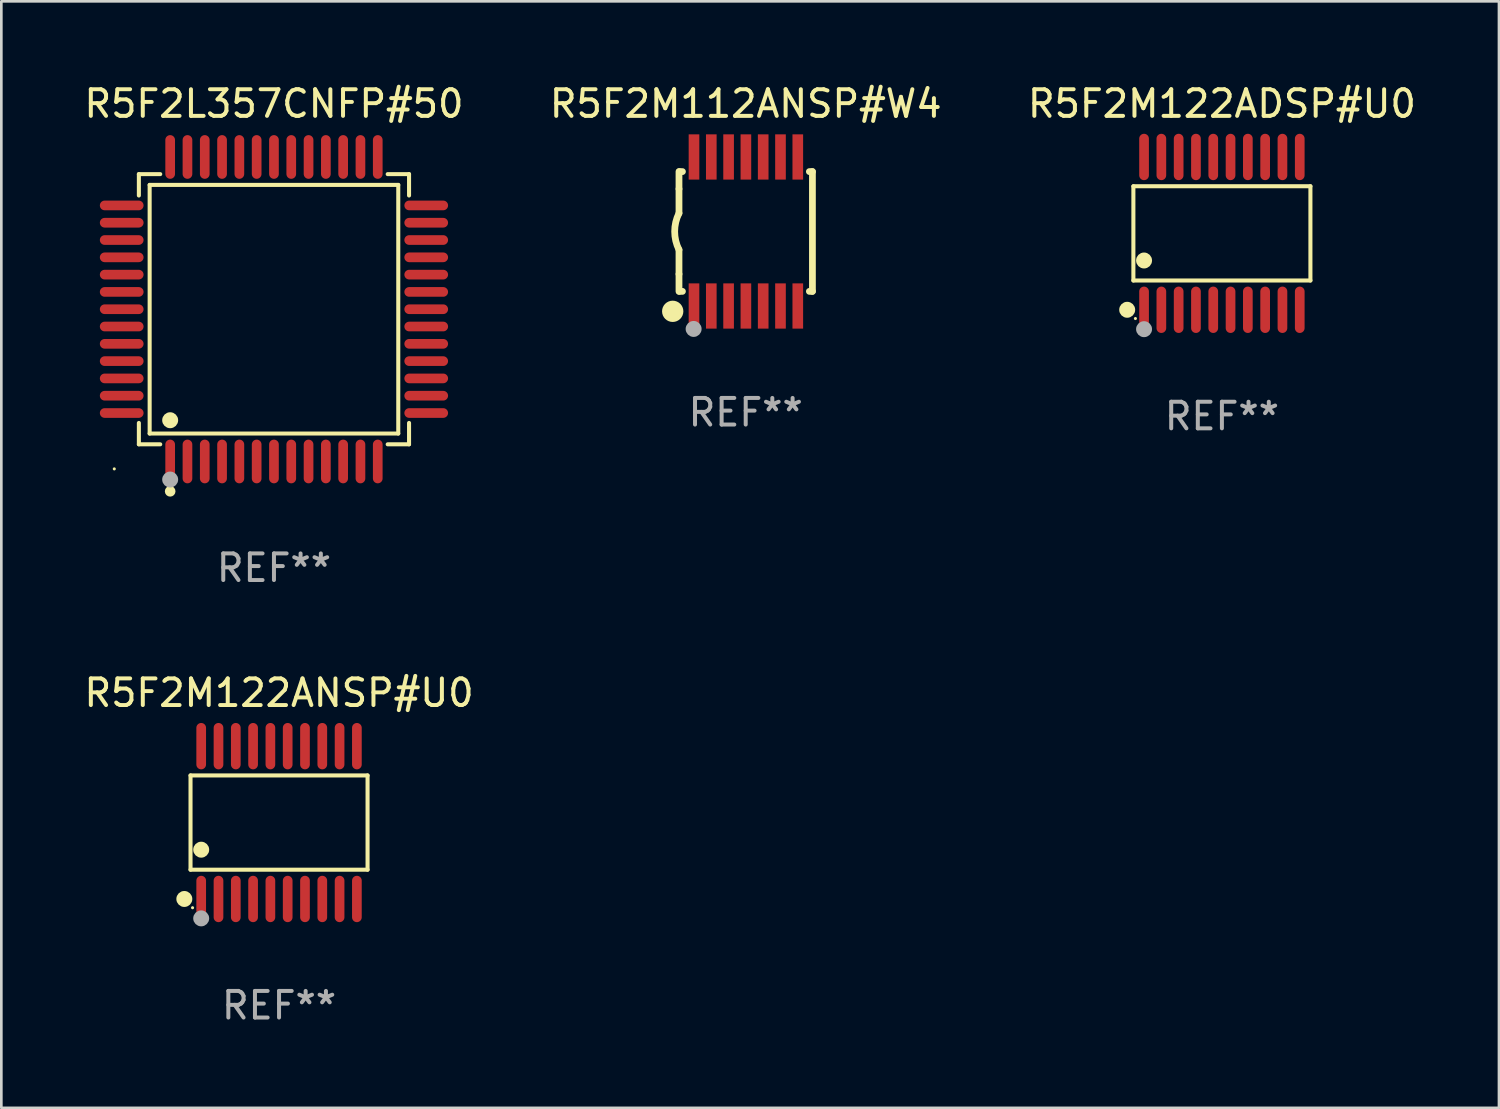
<source format=kicad_pcb>
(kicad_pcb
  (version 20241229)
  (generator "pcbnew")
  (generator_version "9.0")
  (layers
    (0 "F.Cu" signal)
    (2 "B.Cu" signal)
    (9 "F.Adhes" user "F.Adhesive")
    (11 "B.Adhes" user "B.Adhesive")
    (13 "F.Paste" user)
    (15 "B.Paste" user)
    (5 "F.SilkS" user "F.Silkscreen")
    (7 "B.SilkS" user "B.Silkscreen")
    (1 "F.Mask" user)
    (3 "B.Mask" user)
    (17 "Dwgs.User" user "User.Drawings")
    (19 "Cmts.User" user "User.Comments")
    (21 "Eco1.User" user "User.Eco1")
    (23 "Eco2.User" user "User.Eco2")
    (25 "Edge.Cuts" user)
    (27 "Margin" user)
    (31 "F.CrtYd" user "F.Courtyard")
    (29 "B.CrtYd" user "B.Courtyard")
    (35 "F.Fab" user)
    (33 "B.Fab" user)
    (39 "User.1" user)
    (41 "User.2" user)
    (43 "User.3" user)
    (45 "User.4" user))
  (footprint "R5F2M122ADSP#U0"
    (layer "F.Cu")
    (at 42.863 5.719)
    (property "Reference" "R5F2M122ADSP#U0" (at 0 -4.871 0) (layer "F.SilkS") (effects (font (size 1 1) (thickness 0.15))))
    (attr through_hole)
    (fp_line (start -3.326 -1.771) (end 3.326 -1.771) (stroke (width 0.152) (type solid)) (layer "F.SilkS"))
    (fp_line (start -3.326 1.771) (end -3.326 -1.771) (stroke (width 0.152) (type solid)) (layer "F.SilkS"))
    (fp_line (start 3.326 -1.771) (end 3.326 1.771) (stroke (width 0.152) (type solid)) (layer "F.SilkS"))
    (fp_line (start 3.326 1.771) (end -3.326 1.771) (stroke (width 0.152) (type solid)) (layer "F.SilkS"))
    (fp_circle (center -3.559 2.871) (end -3.409 2.871) (stroke (width 0.3) (type solid)) (fill no) (layer "F.SilkS"))
    (fp_circle (center -3.25 3.2) (end -3.22 3.2) (stroke (width 0.06) (type solid)) (fill no) (layer "F.SilkS"))
    (fp_circle (center -2.925 1.019) (end -2.775 1.019) (stroke (width 0.3) (type solid)) (fill no) (layer "F.SilkS"))
    (fp_circle (center -2.925 3.6) (end -2.775 3.6) (stroke (width 0.3) (type solid)) (fill no) (layer "F.Fab"))
    (fp_text user "REF**" (at 0 6.871 0) (layer "F.Fab") (effects (font (size 1 1) (thickness 0.15))))
    (pad "1" smd oval (at -2.925 2.871) (size 0.364 1.742) (layers "F.Cu" "F.Mask" "F.Paste"))
    (pad "2" smd oval (at -2.275 2.871) (size 0.364 1.742) (layers "F.Cu" "F.Mask" "F.Paste"))
    (pad "3" smd oval (at -1.625 2.871) (size 0.364 1.742) (layers "F.Cu" "F.Mask" "F.Paste"))
    (pad "4" smd oval (at -0.975 2.871) (size 0.364 1.742) (layers "F.Cu" "F.Mask" "F.Paste"))
    (pad "5" smd oval (at -0.325 2.871) (size 0.364 1.742) (layers "F.Cu" "F.Mask" "F.Paste"))
    (pad "6" smd oval (at 0.325 2.871) (size 0.364 1.742) (layers "F.Cu" "F.Mask" "F.Paste"))
    (pad "7" smd oval (at 0.975 2.871) (size 0.364 1.742) (layers "F.Cu" "F.Mask" "F.Paste"))
    (pad "8" smd oval (at 1.625 2.871) (size 0.364 1.742) (layers "F.Cu" "F.Mask" "F.Paste"))
    (pad "9" smd oval (at 2.275 2.871) (size 0.364 1.742) (layers "F.Cu" "F.Mask" "F.Paste"))
    (pad "10" smd oval (at 2.925 2.871) (size 0.364 1.742) (layers "F.Cu" "F.Mask" "F.Paste"))
    (pad "11" smd oval (at 2.925 -2.871) (size 0.364 1.742) (layers "F.Cu" "F.Mask" "F.Paste"))
    (pad "12" smd oval (at 2.275 -2.871) (size 0.364 1.742) (layers "F.Cu" "F.Mask" "F.Paste"))
    (pad "13" smd oval (at 1.625 -2.871) (size 0.364 1.742) (layers "F.Cu" "F.Mask" "F.Paste"))
    (pad "14" smd oval (at 0.975 -2.871) (size 0.364 1.742) (layers "F.Cu" "F.Mask" "F.Paste"))
    (pad "15" smd oval (at 0.325 -2.871) (size 0.364 1.742) (layers "F.Cu" "F.Mask" "F.Paste"))
    (pad "16" smd oval (at -0.325 -2.871) (size 0.364 1.742) (layers "F.Cu" "F.Mask" "F.Paste"))
    (pad "17" smd oval (at -0.975 -2.871) (size 0.364 1.742) (layers "F.Cu" "F.Mask" "F.Paste"))
    (pad "18" smd oval (at -1.625 -2.871) (size 0.364 1.742) (layers "F.Cu" "F.Mask" "F.Paste"))
    (pad "19" smd oval (at -2.275 -2.871) (size 0.364 1.742) (layers "F.Cu" "F.Mask" "F.Paste"))
    (pad "20" smd oval (at -2.925 -2.871) (size 0.364 1.742) (layers "F.Cu" "F.Mask" "F.Paste")))
  (footprint "R5F2L357CNFP#50"
    (layer "F.Cu")
    (at 7.244 8.569)
    (property "Reference" "R5F2L357CNFP#50" (at 0 -7.721 0) (layer "F.SilkS") (effects (font (size 1 1) (thickness 0.15))))
    (attr through_hole)
    (fp_line (start -5.076 -5.076) (end -4.273 -5.076) (stroke (width 0.152) (type solid)) (layer "F.SilkS"))
    (fp_line (start -5.076 -4.273) (end -5.076 -5.076) (stroke (width 0.152) (type solid)) (layer "F.SilkS"))
    (fp_line (start -5.076 4.273) (end -5.076 5.076) (stroke (width 0.152) (type solid)) (layer "F.SilkS"))
    (fp_line (start -5.076 5.076) (end -4.273 5.076) (stroke (width 0.152) (type solid)) (layer "F.SilkS"))
    (fp_line (start -4.671 -4.671) (end 4.671 -4.671) (stroke (width 0.152) (type solid)) (layer "F.SilkS"))
    (fp_line (start -4.671 4.671) (end -4.671 -4.671) (stroke (width 0.152) (type solid)) (layer "F.SilkS"))
    (fp_line (start 4.671 -4.671) (end 4.671 4.671) (stroke (width 0.152) (type solid)) (layer "F.SilkS"))
    (fp_line (start 4.671 4.671) (end -4.671 4.671) (stroke (width 0.152) (type solid)) (layer "F.SilkS"))
    (fp_line (start 5.076 -5.076) (end 4.273 -5.076) (stroke (width 0.152) (type solid)) (layer "F.SilkS"))
    (fp_line (start 5.076 -4.273) (end 5.076 -5.076) (stroke (width 0.152) (type solid)) (layer "F.SilkS"))
    (fp_line (start 5.076 4.273) (end 5.076 5.076) (stroke (width 0.152) (type solid)) (layer "F.SilkS"))
    (fp_line (start 5.076 5.076) (end 4.273 5.076) (stroke (width 0.152) (type solid)) (layer "F.SilkS"))
    (fp_circle (center -6 6) (end -5.97 6) (stroke (width 0.06) (type solid)) (fill no) (layer "F.SilkS"))
    (fp_circle (center -3.9 4.171) (end -3.75 4.171) (stroke (width 0.3) (type solid)) (fill no) (layer "F.SilkS"))
    (fp_circle (center -3.9 6.842) (end -3.8 6.842) (stroke (width 0.2) (type solid)) (fill no) (layer "F.SilkS"))
    (fp_circle (center -3.9 6.4) (end -3.75 6.4) (stroke (width 0.3) (type solid)) (fill no) (layer "F.Fab"))
    (fp_text user "REF**" (at 0 9.721 0) (layer "F.Fab") (effects (font (size 1 1) (thickness 0.15))))
    (pad "1" smd oval (at -3.9 5.721) (size 0.364 1.642) (layers "F.Cu" "F.Mask" "F.Paste"))
    (pad "2" smd oval (at -3.25 5.721) (size 0.364 1.642) (layers "F.Cu" "F.Mask" "F.Paste"))
    (pad "3" smd oval (at -2.6 5.721) (size 0.364 1.642) (layers "F.Cu" "F.Mask" "F.Paste"))
    (pad "4" smd oval (at -1.95 5.721) (size 0.364 1.642) (layers "F.Cu" "F.Mask" "F.Paste"))
    (pad "5" smd oval (at -1.3 5.721) (size 0.364 1.642) (layers "F.Cu" "F.Mask" "F.Paste"))
    (pad "6" smd oval (at -0.65 5.721) (size 0.364 1.642) (layers "F.Cu" "F.Mask" "F.Paste"))
    (pad "7" smd oval (at 0 5.721) (size 0.364 1.642) (layers "F.Cu" "F.Mask" "F.Paste"))
    (pad "8" smd oval (at 0.65 5.721) (size 0.364 1.642) (layers "F.Cu" "F.Mask" "F.Paste"))
    (pad "9" smd oval (at 1.3 5.721) (size 0.364 1.642) (layers "F.Cu" "F.Mask" "F.Paste"))
    (pad "10" smd oval (at 1.95 5.721) (size 0.364 1.642) (layers "F.Cu" "F.Mask" "F.Paste"))
    (pad "11" smd oval (at 2.6 5.721) (size 0.364 1.642) (layers "F.Cu" "F.Mask" "F.Paste"))
    (pad "12" smd oval (at 3.25 5.721) (size 0.364 1.642) (layers "F.Cu" "F.Mask" "F.Paste"))
    (pad "13" smd oval (at 3.9 5.721) (size 0.364 1.642) (layers "F.Cu" "F.Mask" "F.Paste"))
    (pad "14" smd oval (at 5.721 3.9) (size 1.642 0.364) (layers "F.Cu" "F.Mask" "F.Paste"))
    (pad "15" smd oval (at 5.721 3.25) (size 1.642 0.364) (layers "F.Cu" "F.Mask" "F.Paste"))
    (pad "16" smd oval (at 5.721 2.6) (size 1.642 0.364) (layers "F.Cu" "F.Mask" "F.Paste"))
    (pad "17" smd oval (at 5.721 1.95) (size 1.642 0.364) (layers "F.Cu" "F.Mask" "F.Paste"))
    (pad "18" smd oval (at 5.721 1.3) (size 1.642 0.364) (layers "F.Cu" "F.Mask" "F.Paste"))
    (pad "19" smd oval (at 5.721 0.65) (size 1.642 0.364) (layers "F.Cu" "F.Mask" "F.Paste"))
    (pad "20" smd oval (at 5.721 0) (size 1.642 0.364) (layers "F.Cu" "F.Mask" "F.Paste"))
    (pad "21" smd oval (at 5.721 -0.65) (size 1.642 0.364) (layers "F.Cu" "F.Mask" "F.Paste"))
    (pad "22" smd oval (at 5.721 -1.3) (size 1.642 0.364) (layers "F.Cu" "F.Mask" "F.Paste"))
    (pad "23" smd oval (at 5.721 -1.95) (size 1.642 0.364) (layers "F.Cu" "F.Mask" "F.Paste"))
    (pad "24" smd oval (at 5.721 -2.6) (size 1.642 0.364) (layers "F.Cu" "F.Mask" "F.Paste"))
    (pad "25" smd oval (at 5.721 -3.25) (size 1.642 0.364) (layers "F.Cu" "F.Mask" "F.Paste"))
    (pad "26" smd oval (at 5.721 -3.9) (size 1.642 0.364) (layers "F.Cu" "F.Mask" "F.Paste"))
    (pad "27" smd oval (at 3.9 -5.721) (size 0.364 1.642) (layers "F.Cu" "F.Mask" "F.Paste"))
    (pad "28" smd oval (at 3.25 -5.721) (size 0.364 1.642) (layers "F.Cu" "F.Mask" "F.Paste"))
    (pad "29" smd oval (at 2.6 -5.721) (size 0.364 1.642) (layers "F.Cu" "F.Mask" "F.Paste"))
    (pad "30" smd oval (at 1.95 -5.721) (size 0.364 1.642) (layers "F.Cu" "F.Mask" "F.Paste"))
    (pad "31" smd oval (at 1.3 -5.721) (size 0.364 1.642) (layers "F.Cu" "F.Mask" "F.Paste"))
    (pad "32" smd oval (at 0.65 -5.721) (size 0.364 1.642) (layers "F.Cu" "F.Mask" "F.Paste"))
    (pad "33" smd oval (at 0 -5.721) (size 0.364 1.642) (layers "F.Cu" "F.Mask" "F.Paste"))
    (pad "34" smd oval (at -0.65 -5.721) (size 0.364 1.642) (layers "F.Cu" "F.Mask" "F.Paste"))
    (pad "35" smd oval (at -1.3 -5.721) (size 0.364 1.642) (layers "F.Cu" "F.Mask" "F.Paste"))
    (pad "36" smd oval (at -1.95 -5.721) (size 0.364 1.642) (layers "F.Cu" "F.Mask" "F.Paste"))
    (pad "37" smd oval (at -2.6 -5.721) (size 0.364 1.642) (layers "F.Cu" "F.Mask" "F.Paste"))
    (pad "38" smd oval (at -3.25 -5.721) (size 0.364 1.642) (layers "F.Cu" "F.Mask" "F.Paste"))
    (pad "39" smd oval (at -3.9 -5.721) (size 0.364 1.642) (layers "F.Cu" "F.Mask" "F.Paste"))
    (pad "40" smd oval (at -5.721 -3.9) (size 1.642 0.364) (layers "F.Cu" "F.Mask" "F.Paste"))
    (pad "41" smd oval (at -5.721 -3.25) (size 1.642 0.364) (layers "F.Cu" "F.Mask" "F.Paste"))
    (pad "42" smd oval (at -5.721 -2.6) (size 1.642 0.364) (layers "F.Cu" "F.Mask" "F.Paste"))
    (pad "43" smd oval (at -5.721 -1.95) (size 1.642 0.364) (layers "F.Cu" "F.Mask" "F.Paste"))
    (pad "44" smd oval (at -5.721 -1.3) (size 1.642 0.364) (layers "F.Cu" "F.Mask" "F.Paste"))
    (pad "45" smd oval (at -5.721 -0.65) (size 1.642 0.364) (layers "F.Cu" "F.Mask" "F.Paste"))
    (pad "46" smd oval (at -5.721 0) (size 1.642 0.364) (layers "F.Cu" "F.Mask" "F.Paste"))
    (pad "47" smd oval (at -5.721 0.65) (size 1.642 0.364) (layers "F.Cu" "F.Mask" "F.Paste"))
    (pad "48" smd oval (at -5.721 1.3) (size 1.642 0.364) (layers "F.Cu" "F.Mask" "F.Paste"))
    (pad "49" smd oval (at -5.721 1.95) (size 1.642 0.364) (layers "F.Cu" "F.Mask" "F.Paste"))
    (pad "50" smd oval (at -5.721 2.6) (size 1.642 0.364) (layers "F.Cu" "F.Mask" "F.Paste"))
    (pad "51" smd oval (at -5.721 3.25) (size 1.642 0.364) (layers "F.Cu" "F.Mask" "F.Paste"))
    (pad "52" smd oval (at -5.721 3.9) (size 1.642 0.364) (layers "F.Cu" "F.Mask" "F.Paste")))
  (footprint "R5F2M122ANSP#U0"
    (layer "F.Cu")
    (at 7.435 27.858)
    (property "Reference" "R5F2M122ANSP#U0" (at 0 -4.871 0) (layer "F.SilkS") (effects (font (size 1 1) (thickness 0.15))))
    (attr through_hole)
    (fp_line (start -3.326 -1.771) (end 3.326 -1.771) (stroke (width 0.152) (type solid)) (layer "F.SilkS"))
    (fp_line (start -3.326 1.771) (end -3.326 -1.771) (stroke (width 0.152) (type solid)) (layer "F.SilkS"))
    (fp_line (start 3.326 -1.771) (end 3.326 1.771) (stroke (width 0.152) (type solid)) (layer "F.SilkS"))
    (fp_line (start 3.326 1.771) (end -3.326 1.771) (stroke (width 0.152) (type solid)) (layer "F.SilkS"))
    (fp_circle (center -3.559 2.871) (end -3.409 2.871) (stroke (width 0.3) (type solid)) (fill no) (layer "F.SilkS"))
    (fp_circle (center -3.25 3.2) (end -3.22 3.2) (stroke (width 0.06) (type solid)) (fill no) (layer "F.SilkS"))
    (fp_circle (center -2.925 1.019) (end -2.775 1.019) (stroke (width 0.3) (type solid)) (fill no) (layer "F.SilkS"))
    (fp_circle (center -2.925 3.6) (end -2.775 3.6) (stroke (width 0.3) (type solid)) (fill no) (layer "F.Fab"))
    (fp_text user "REF**" (at 0 6.871 0) (layer "F.Fab") (effects (font (size 1 1) (thickness 0.15))))
    (pad "1" smd oval (at -2.925 2.871) (size 0.364 1.742) (layers "F.Cu" "F.Mask" "F.Paste"))
    (pad "2" smd oval (at -2.275 2.871) (size 0.364 1.742) (layers "F.Cu" "F.Mask" "F.Paste"))
    (pad "3" smd oval (at -1.625 2.871) (size 0.364 1.742) (layers "F.Cu" "F.Mask" "F.Paste"))
    (pad "4" smd oval (at -0.975 2.871) (size 0.364 1.742) (layers "F.Cu" "F.Mask" "F.Paste"))
    (pad "5" smd oval (at -0.325 2.871) (size 0.364 1.742) (layers "F.Cu" "F.Mask" "F.Paste"))
    (pad "6" smd oval (at 0.325 2.871) (size 0.364 1.742) (layers "F.Cu" "F.Mask" "F.Paste"))
    (pad "7" smd oval (at 0.975 2.871) (size 0.364 1.742) (layers "F.Cu" "F.Mask" "F.Paste"))
    (pad "8" smd oval (at 1.625 2.871) (size 0.364 1.742) (layers "F.Cu" "F.Mask" "F.Paste"))
    (pad "9" smd oval (at 2.275 2.871) (size 0.364 1.742) (layers "F.Cu" "F.Mask" "F.Paste"))
    (pad "10" smd oval (at 2.925 2.871) (size 0.364 1.742) (layers "F.Cu" "F.Mask" "F.Paste"))
    (pad "11" smd oval (at 2.925 -2.871) (size 0.364 1.742) (layers "F.Cu" "F.Mask" "F.Paste"))
    (pad "12" smd oval (at 2.275 -2.871) (size 0.364 1.742) (layers "F.Cu" "F.Mask" "F.Paste"))
    (pad "13" smd oval (at 1.625 -2.871) (size 0.364 1.742) (layers "F.Cu" "F.Mask" "F.Paste"))
    (pad "14" smd oval (at 0.975 -2.871) (size 0.364 1.742) (layers "F.Cu" "F.Mask" "F.Paste"))
    (pad "15" smd oval (at 0.325 -2.871) (size 0.364 1.742) (layers "F.Cu" "F.Mask" "F.Paste"))
    (pad "16" smd oval (at -0.325 -2.871) (size 0.364 1.742) (layers "F.Cu" "F.Mask" "F.Paste"))
    (pad "17" smd oval (at -0.975 -2.871) (size 0.364 1.742) (layers "F.Cu" "F.Mask" "F.Paste"))
    (pad "18" smd oval (at -1.625 -2.871) (size 0.364 1.742) (layers "F.Cu" "F.Mask" "F.Paste"))
    (pad "19" smd oval (at -2.275 -2.871) (size 0.364 1.742) (layers "F.Cu" "F.Mask" "F.Paste"))
    (pad "20" smd oval (at -2.925 -2.871) (size 0.364 1.742) (layers "F.Cu" "F.Mask" "F.Paste")))
  (footprint "R5F2M112ANSP#W4"
    (layer "F.Cu")
    (at 24.97 5.648)
    (property "Reference" "R5F2M112ANSP#W4" (at 0 -4.8 0) (layer "F.SilkS") (effects (font (size 1 1) (thickness 0.15))))
    (attr through_hole)
    (fp_line (start -2.507 -1.6) (end -2.507 -2.25) (stroke (width 0.254) (type solid)) (layer "F.SilkS"))
    (fp_line (start -2.507 -0.686) (end -2.507 -1.6) (stroke (width 0.254) (type solid)) (layer "F.SilkS"))
    (fp_line (start -2.507 1.6) (end -2.507 0.686) (stroke (width 0.254) (type solid)) (layer "F.SilkS"))
    (fp_line (start -2.507 1.6) (end -2.507 2.25) (stroke (width 0.254) (type solid)) (layer "F.SilkS"))
    (fp_line (start -2.493 -2.25) (end -2.377 -2.25) (stroke (width 0.254) (type solid)) (layer "F.SilkS"))
    (fp_line (start -2.377 2.25) (end -2.493 2.25) (stroke (width 0.254) (type solid)) (layer "F.SilkS"))
    (fp_line (start 2.392 -2.25) (end 2.507 -2.25) (stroke (width 0.254) (type solid)) (layer "F.SilkS"))
    (fp_line (start 2.507 -2.25) (end 2.507 2.25) (stroke (width 0.254) (type solid)) (layer "F.SilkS"))
    (fp_line (start 2.507 2.25) (end 2.392 2.25) (stroke (width 0.254) (type solid)) (layer "F.SilkS"))
    (fp_arc (start -2.507303 0.685802) (mid -2.669199 0) (end -2.507303 -0.685801) (stroke (width 0.254001) (type solid)) (layer "F.SilkS"))
    (fp_circle (center -2.743 3) (end -2.543 3) (stroke (width 0.4) (type solid)) (fill no) (layer "F.SilkS"))
    (fp_circle (center -2.493 3.2) (end -2.463 3.2) (stroke (width 0.06) (type solid)) (fill no) (layer "F.SilkS"))
    (fp_circle (center -1.957 3.662) (end -1.807 3.662) (stroke (width 0.3) (type solid)) (fill no) (layer "F.Fab"))
    (fp_text user "REF**" (at 0 6.8 0) (layer "F.Fab") (effects (font (size 1 1) (thickness 0.15))))
    (pad "1" smd rect (at -1.943 2.8) (size 0.4 1.7) (layers "F.Cu" "F.Mask" "F.Paste"))
    (pad "2" smd rect (at -1.293 2.8) (size 0.4 1.7) (layers "F.Cu" "F.Mask" "F.Paste"))
    (pad "3" smd rect (at -0.643 2.8) (size 0.4 1.7) (layers "F.Cu" "F.Mask" "F.Paste"))
    (pad "4" smd rect (at 0.007 2.8) (size 0.4 1.7) (layers "F.Cu" "F.Mask" "F.Paste"))
    (pad "5" smd rect (at 0.657 2.8) (size 0.4 1.7) (layers "F.Cu" "F.Mask" "F.Paste"))
    (pad "6" smd rect (at 1.307 2.8) (size 0.4 1.7) (layers "F.Cu" "F.Mask" "F.Paste"))
    (pad "7" smd rect (at 1.957 2.8) (size 0.4 1.7) (layers "F.Cu" "F.Mask" "F.Paste"))
    (pad "8" smd rect (at 1.957 -2.8) (size 0.4 1.7) (layers "F.Cu" "F.Mask" "F.Paste"))
    (pad "9" smd rect (at 1.307 -2.8) (size 0.4 1.7) (layers "F.Cu" "F.Mask" "F.Paste"))
    (pad "10" smd rect (at 0.657 -2.8) (size 0.4 1.7) (layers "F.Cu" "F.Mask" "F.Paste"))
    (pad "11" smd rect (at 0.007 -2.8) (size 0.4 1.7) (layers "F.Cu" "F.Mask" "F.Paste"))
    (pad "12" smd rect (at -0.643 -2.8) (size 0.4 1.7) (layers "F.Cu" "F.Mask" "F.Paste"))
    (pad "13" smd rect (at -1.293 -2.8) (size 0.4 1.7) (layers "F.Cu" "F.Mask" "F.Paste"))
    (pad "14" smd rect (at -1.943 -2.8) (size 0.4 1.7) (layers "F.Cu" "F.Mask" "F.Paste")))
  (gr_rect
    (start -3 -3)
    (end 53.274 38.577)
    (stroke (width 0.1) (type default))
    (fill no)
    (layer "Edge.Cuts")))
</source>
